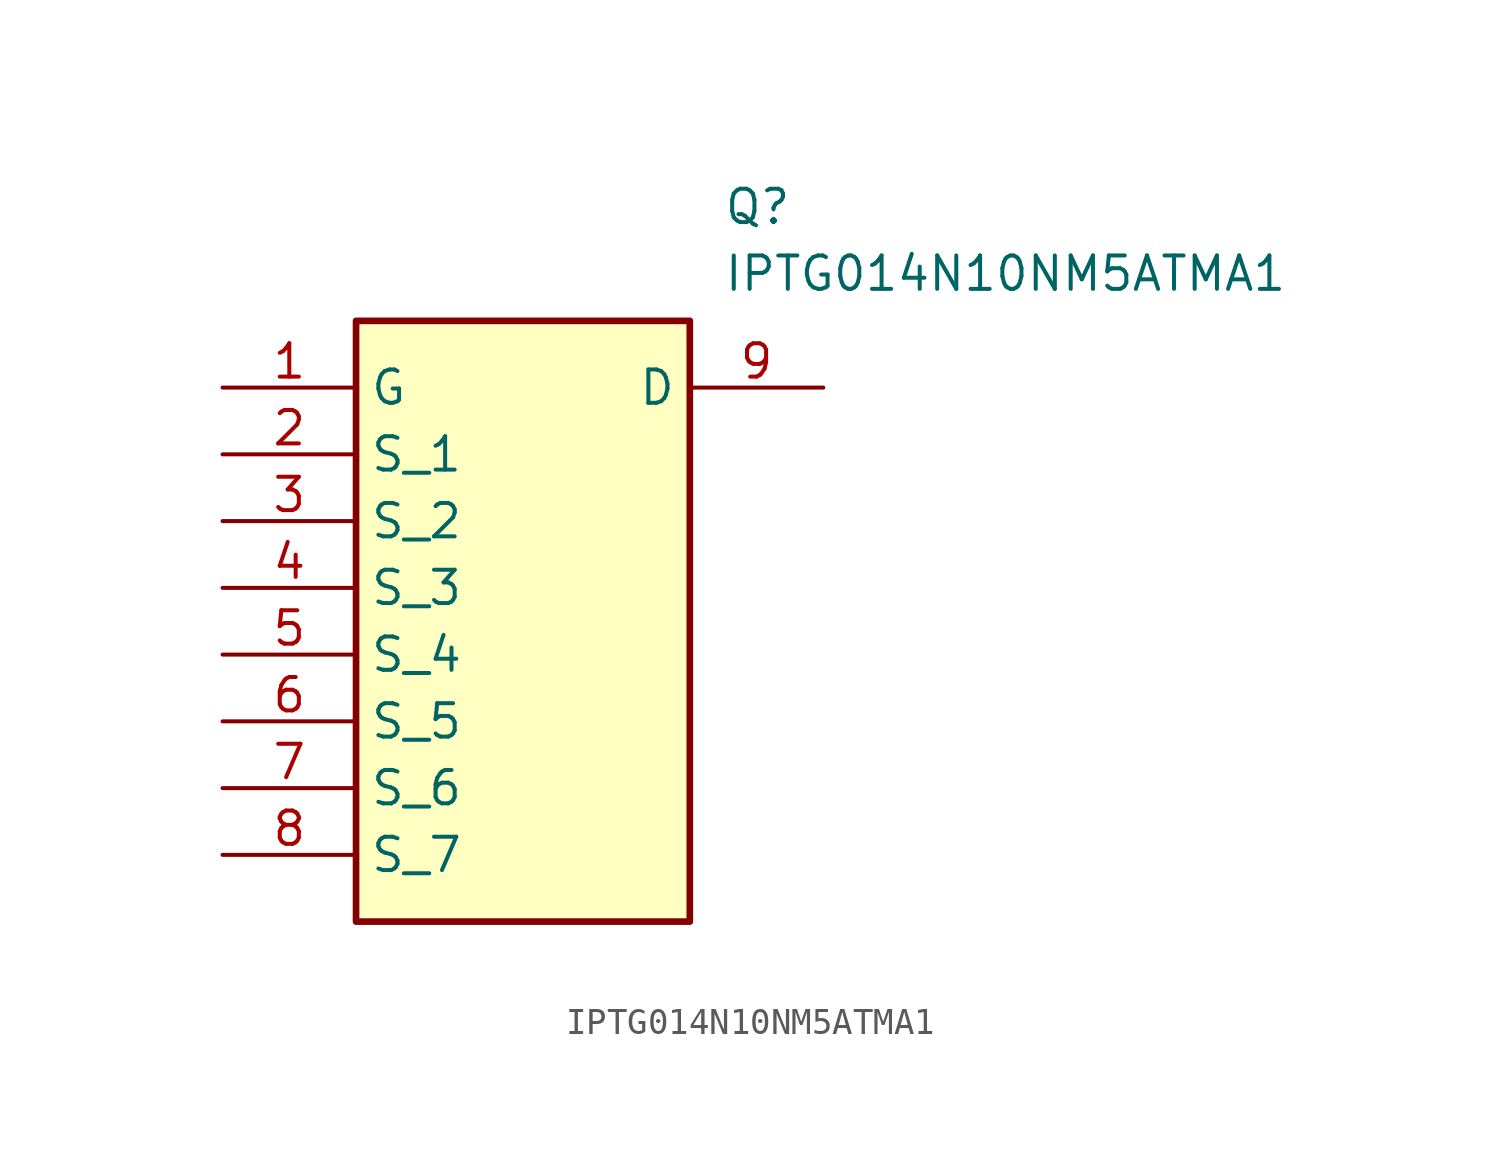
<source format=kicad_sym>
(kicad_symbol_lib
  (version 20211014)
  (generator SamacSys_ECAD_Model)
  (symbol "IPTG014N10NM5ATMA1"
    (property "Reference" "Q"
      (at 19.05 7.62 0)
      (effects (font (size 1.27 1.27)) (justify left top)))
    (property "Value" "IPTG014N10NM5ATMA1"
      (at 19.05 5.08 0)
      (effects (font (size 1.27 1.27)) (justify left top)))
    (rectangle
      (start 5.08 2.54)
      (end 17.78 -20.32)
      (stroke (width 0.254) (type default))
      (fill (type background)))
    (pin passive line
      (at 0 0 0)
      (length 5.08)
      (name "G" (effects (font (size 1.27 1.27))))
      (number "1" (effects (font (size 1.27 1.27)))))
    (pin passive line
      (at 0 -2.54 0)
      (length 5.08)
      (name "S_1" (effects (font (size 1.27 1.27))))
      (number "2" (effects (font (size 1.27 1.27)))))
    (pin passive line
      (at 0 -5.08 0)
      (length 5.08)
      (name "S_2" (effects (font (size 1.27 1.27))))
      (number "3" (effects (font (size 1.27 1.27)))))
    (pin passive line
      (at 0 -7.62 0)
      (length 5.08)
      (name "S_3" (effects (font (size 1.27 1.27))))
      (number "4" (effects (font (size 1.27 1.27)))))
    (pin passive line
      (at 0 -10.16 0)
      (length 5.08)
      (name "S_4" (effects (font (size 1.27 1.27))))
      (number "5" (effects (font (size 1.27 1.27)))))
    (pin passive line
      (at 0 -12.7 0)
      (length 5.08)
      (name "S_5" (effects (font (size 1.27 1.27))))
      (number "6" (effects (font (size 1.27 1.27)))))
    (pin passive line
      (at 0 -15.24 0)
      (length 5.08)
      (name "S_6" (effects (font (size 1.27 1.27))))
      (number "7" (effects (font (size 1.27 1.27)))))
    (pin passive line
      (at 0 -17.78 0)
      (length 5.08)
      (name "S_7" (effects (font (size 1.27 1.27))))
      (number "8" (effects (font (size 1.27 1.27)))))
    (pin passive line
      (at 22.86 0 180)
      (length 5.08)
      (name "D" (effects (font (size 1.27 1.27))))
      (number "9" (effects (font (size 1.27 1.27)))))))
</source>
